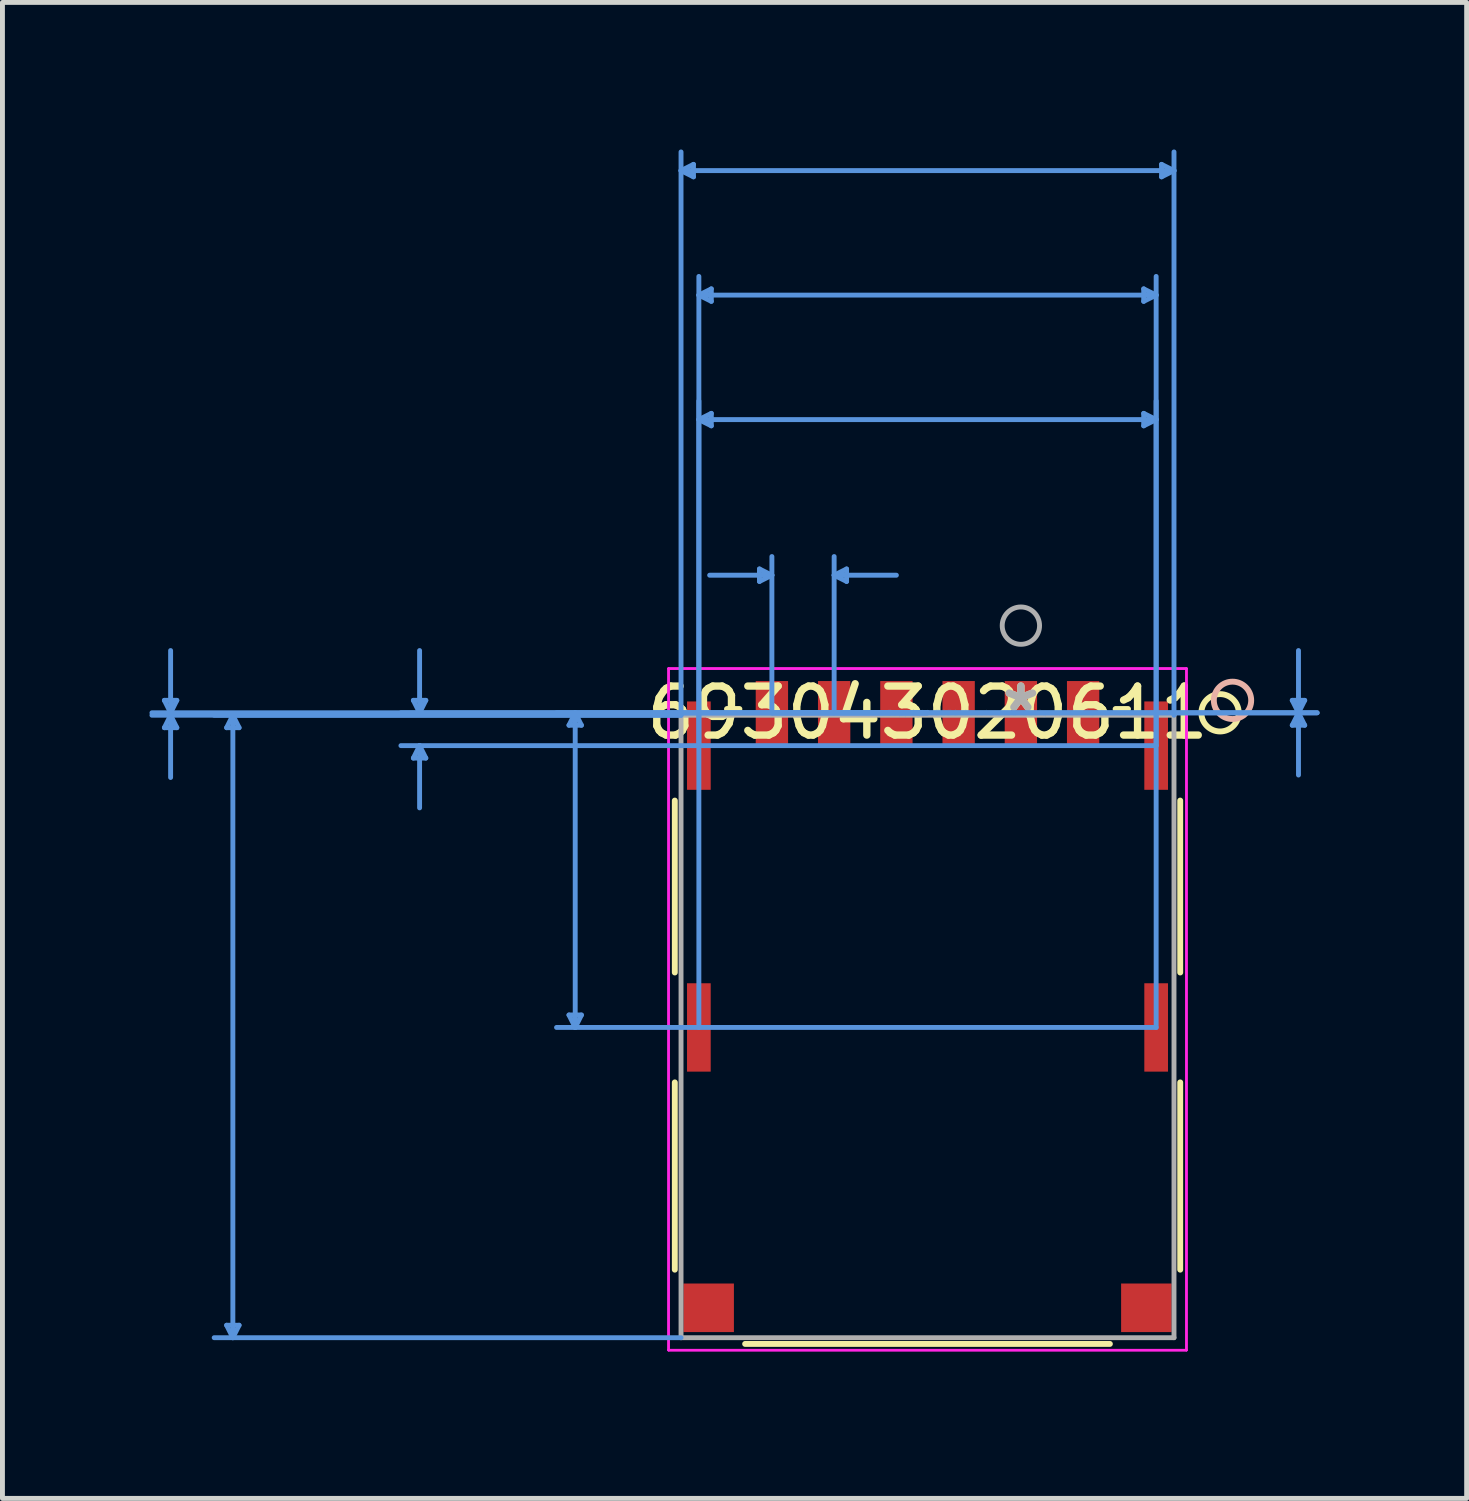
<source format=kicad_pcb>
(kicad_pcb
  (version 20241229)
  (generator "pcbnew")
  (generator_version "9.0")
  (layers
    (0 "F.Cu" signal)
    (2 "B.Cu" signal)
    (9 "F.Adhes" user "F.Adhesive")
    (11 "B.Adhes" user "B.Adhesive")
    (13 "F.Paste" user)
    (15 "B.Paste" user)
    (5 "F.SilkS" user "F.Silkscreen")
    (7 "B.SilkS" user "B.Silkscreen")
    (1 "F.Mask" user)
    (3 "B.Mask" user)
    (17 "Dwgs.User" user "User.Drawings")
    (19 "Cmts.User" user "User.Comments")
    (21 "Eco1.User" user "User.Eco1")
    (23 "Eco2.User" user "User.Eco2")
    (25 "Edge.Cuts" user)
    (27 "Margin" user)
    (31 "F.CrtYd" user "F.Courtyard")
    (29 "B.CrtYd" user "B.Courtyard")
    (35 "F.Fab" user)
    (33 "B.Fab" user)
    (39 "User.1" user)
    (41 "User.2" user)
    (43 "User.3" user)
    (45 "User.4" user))
  (footprint "693043020611"
    (layer "F.Cu")
    (at 17.779 11.493)
    (property "Reference" "693043020611" (at -1.905 0 0) (layer "F.SilkS") (effects (font (size 1 1) (thickness 0.15))))
    (attr through_hole)
    (fp_line (start -7.061 1.791) (end -7.061 5.299) (stroke (width 0.12) (type solid)) (layer "F.SilkS"))
    (fp_line (start -7.061 7.541) (end -7.061 11.362) (stroke (width 0.12) (type solid)) (layer "F.SilkS"))
    (fp_line (start -5.743 -0.077) (end -5.996 -0.077) (stroke (width 0.12) (type solid)) (layer "F.SilkS"))
    (fp_line (start -5.626 12.877) (end 1.816 12.877) (stroke (width 0.12) (type solid)) (layer "F.SilkS"))
    (fp_line (start 2.186 -0.077) (end 1.933 -0.077) (stroke (width 0.12) (type solid)) (layer "F.SilkS"))
    (fp_line (start 3.251 5.299) (end 3.251 1.791) (stroke (width 0.12) (type solid)) (layer "F.SilkS"))
    (fp_line (start 3.251 11.362) (end 3.251 7.541) (stroke (width 0.12) (type solid)) (layer "F.SilkS"))
    (fp_circle (center 4.064 0) (end 4.445 0) (stroke (width 0.12) (type solid)) (fill no) (layer "F.SilkS"))
    (fp_circle (center 4.318 -0.254) (end 4.699 -0.254) (stroke (width 0.12) (type solid)) (fill no) (layer "B.SilkS"))
    (fp_line (start -17.475 -0.254) (end -17.221 -0.254) (stroke (width 0.1) (type solid)) (layer "Cmts.User"))
    (fp_line (start -17.475 0.304) (end -17.221 0.304) (stroke (width 0.1) (type solid)) (layer "Cmts.User"))
    (fp_line (start -17.348 0) (end -17.475 -0.254) (stroke (width 0.1) (type solid)) (layer "Cmts.User"))
    (fp_line (start -17.348 0) (end -17.348 -1.27) (stroke (width 0.1) (type solid)) (layer "Cmts.User"))
    (fp_line (start -17.348 0) (end -17.221 -0.254) (stroke (width 0.1) (type solid)) (layer "Cmts.User"))
    (fp_line (start -17.348 0.05) (end -17.475 0.304) (stroke (width 0.1) (type solid)) (layer "Cmts.User"))
    (fp_line (start -17.348 0.05) (end -17.348 1.32) (stroke (width 0.1) (type solid)) (layer "Cmts.User"))
    (fp_line (start -17.348 0.05) (end -17.221 0.304) (stroke (width 0.1) (type solid)) (layer "Cmts.User"))
    (fp_line (start -16.205 0.304) (end -15.951 0.304) (stroke (width 0.1) (type solid)) (layer "Cmts.User"))
    (fp_line (start -16.205 12.496) (end -15.951 12.496) (stroke (width 0.1) (type solid)) (layer "Cmts.User"))
    (fp_line (start -16.078 0.05) (end -16.205 0.304) (stroke (width 0.1) (type solid)) (layer "Cmts.User"))
    (fp_line (start -16.078 0.05) (end -16.078 12.75) (stroke (width 0.1) (type solid)) (layer "Cmts.User"))
    (fp_line (start -16.078 0.05) (end -15.951 0.304) (stroke (width 0.1) (type solid)) (layer "Cmts.User"))
    (fp_line (start -16.078 12.75) (end -16.205 12.496) (stroke (width 0.1) (type solid)) (layer "Cmts.User"))
    (fp_line (start -16.078 12.75) (end -15.951 12.496) (stroke (width 0.1) (type solid)) (layer "Cmts.User"))
    (fp_line (start -12.395 -0.254) (end -12.141 -0.254) (stroke (width 0.1) (type solid)) (layer "Cmts.User"))
    (fp_line (start -12.395 0.924) (end -12.141 0.924) (stroke (width 0.1) (type solid)) (layer "Cmts.User"))
    (fp_line (start -12.268 0) (end -12.395 -0.254) (stroke (width 0.1) (type solid)) (layer "Cmts.User"))
    (fp_line (start -12.268 0) (end -12.268 -1.27) (stroke (width 0.1) (type solid)) (layer "Cmts.User"))
    (fp_line (start -12.268 0) (end -12.141 -0.254) (stroke (width 0.1) (type solid)) (layer "Cmts.User"))
    (fp_line (start -12.268 0.67) (end -12.395 0.924) (stroke (width 0.1) (type solid)) (layer "Cmts.User"))
    (fp_line (start -12.268 0.67) (end -12.268 1.94) (stroke (width 0.1) (type solid)) (layer "Cmts.User"))
    (fp_line (start -12.268 0.67) (end -12.141 0.924) (stroke (width 0.1) (type solid)) (layer "Cmts.User"))
    (fp_line (start -9.22 0.254) (end -8.966 0.254) (stroke (width 0.1) (type solid)) (layer "Cmts.User"))
    (fp_line (start -9.22 6.166) (end -8.966 6.166) (stroke (width 0.1) (type solid)) (layer "Cmts.User"))
    (fp_line (start -9.093 0) (end -9.22 0.254) (stroke (width 0.1) (type solid)) (layer "Cmts.User"))
    (fp_line (start -9.093 0) (end -9.093 6.42) (stroke (width 0.1) (type solid)) (layer "Cmts.User"))
    (fp_line (start -9.093 0) (end -8.966 0.254) (stroke (width 0.1) (type solid)) (layer "Cmts.User"))
    (fp_line (start -9.093 6.42) (end -9.22 6.166) (stroke (width 0.1) (type solid)) (layer "Cmts.User"))
    (fp_line (start -9.093 6.42) (end -8.966 6.166) (stroke (width 0.1) (type solid)) (layer "Cmts.User"))
    (fp_line (start -6.934 -11.062) (end -6.68 -11.189) (stroke (width 0.1) (type solid)) (layer "Cmts.User"))
    (fp_line (start -6.934 -11.062) (end -6.68 -10.935) (stroke (width 0.1) (type solid)) (layer "Cmts.User"))
    (fp_line (start -6.934 -11.062) (end 3.124 -11.062) (stroke (width 0.1) (type solid)) (layer "Cmts.User"))
    (fp_line (start -6.934 0.05) (end -17.729 0.05) (stroke (width 0.1) (type solid)) (layer "Cmts.User"))
    (fp_line (start -6.934 0.05) (end -16.459 0.05) (stroke (width 0.1) (type solid)) (layer "Cmts.User"))
    (fp_line (start -6.934 0.05) (end -6.934 -11.443) (stroke (width 0.1) (type solid)) (layer "Cmts.User"))
    (fp_line (start -6.934 12.75) (end -16.459 12.75) (stroke (width 0.1) (type solid)) (layer "Cmts.User"))
    (fp_line (start -6.68 -11.189) (end -6.68 -10.935) (stroke (width 0.1) (type solid)) (layer "Cmts.User"))
    (fp_line (start -6.57 -8.522) (end -6.316 -8.649) (stroke (width 0.1) (type solid)) (layer "Cmts.User"))
    (fp_line (start -6.57 -8.522) (end -6.316 -8.395) (stroke (width 0.1) (type solid)) (layer "Cmts.User"))
    (fp_line (start -6.57 -8.522) (end 2.76 -8.522) (stroke (width 0.1) (type solid)) (layer "Cmts.User"))
    (fp_line (start -6.57 6.42) (end -6.57 -8.903) (stroke (width 0.1) (type solid)) (layer "Cmts.User"))
    (fp_line (start -6.57 -5.982) (end -6.316 -6.109) (stroke (width 0.1) (type solid)) (layer "Cmts.User"))
    (fp_line (start -6.57 -5.982) (end -6.316 -5.855) (stroke (width 0.1) (type solid)) (layer "Cmts.User"))
    (fp_line (start -6.57 -5.982) (end 2.76 -5.982) (stroke (width 0.1) (type solid)) (layer "Cmts.User"))
    (fp_line (start -6.57 0.67) (end -6.57 -6.363) (stroke (width 0.1) (type solid)) (layer "Cmts.User"))
    (fp_line (start -6.316 -8.649) (end -6.316 -8.395) (stroke (width 0.1) (type solid)) (layer "Cmts.User"))
    (fp_line (start -6.316 -6.109) (end -6.316 -5.855) (stroke (width 0.1) (type solid)) (layer "Cmts.User"))
    (fp_line (start -5.334 -2.934) (end -5.334 -2.68) (stroke (width 0.1) (type solid)) (layer "Cmts.User"))
    (fp_line (start -5.08 -2.807) (end -6.35 -2.807) (stroke (width 0.1) (type solid)) (layer "Cmts.User"))
    (fp_line (start -5.08 -2.807) (end -5.334 -2.934) (stroke (width 0.1) (type solid)) (layer "Cmts.User"))
    (fp_line (start -5.08 -2.807) (end -5.334 -2.68) (stroke (width 0.1) (type solid)) (layer "Cmts.User"))
    (fp_line (start -5.08 0) (end -5.08 -3.188) (stroke (width 0.1) (type solid)) (layer "Cmts.User"))
    (fp_line (start -5.08 0) (end 6.045 0) (stroke (width 0.1) (type solid)) (layer "Cmts.User"))
    (fp_line (start -5.08 0) (end 6.045 0) (stroke (width 0.1) (type solid)) (layer "Cmts.User"))
    (fp_line (start -3.81 -2.807) (end -3.556 -2.934) (stroke (width 0.1) (type solid)) (layer "Cmts.User"))
    (fp_line (start -3.81 -2.807) (end -3.556 -2.68) (stroke (width 0.1) (type solid)) (layer "Cmts.User"))
    (fp_line (start -3.81 -2.807) (end -2.54 -2.807) (stroke (width 0.1) (type solid)) (layer "Cmts.User"))
    (fp_line (start -3.81 0) (end -3.81 -3.188) (stroke (width 0.1) (type solid)) (layer "Cmts.User"))
    (fp_line (start -3.556 -2.934) (end -3.556 -2.68) (stroke (width 0.1) (type solid)) (layer "Cmts.User"))
    (fp_line (start -1.905 0) (end -17.729 0) (stroke (width 0.1) (type solid)) (layer "Cmts.User"))
    (fp_line (start -1.905 0) (end -12.649 0) (stroke (width 0.1) (type solid)) (layer "Cmts.User"))
    (fp_line (start -1.905 0) (end -9.474 0) (stroke (width 0.1) (type solid)) (layer "Cmts.User"))
    (fp_line (start 2.506 -6.109) (end 2.506 -5.855) (stroke (width 0.1) (type solid)) (layer "Cmts.User"))
    (fp_line (start 2.506 -8.649) (end 2.506 -8.395) (stroke (width 0.1) (type solid)) (layer "Cmts.User"))
    (fp_line (start 2.76 -5.982) (end 2.506 -6.109) (stroke (width 0.1) (type solid)) (layer "Cmts.User"))
    (fp_line (start 2.76 -5.982) (end 2.506 -5.855) (stroke (width 0.1) (type solid)) (layer "Cmts.User"))
    (fp_line (start 2.76 0.67) (end -12.649 0.67) (stroke (width 0.1) (type solid)) (layer "Cmts.User"))
    (fp_line (start 2.76 0.67) (end 2.76 -6.363) (stroke (width 0.1) (type solid)) (layer "Cmts.User"))
    (fp_line (start 2.76 -8.522) (end 2.506 -8.649) (stroke (width 0.1) (type solid)) (layer "Cmts.User"))
    (fp_line (start 2.76 -8.522) (end 2.506 -8.395) (stroke (width 0.1) (type solid)) (layer "Cmts.User"))
    (fp_line (start 2.76 6.42) (end -9.474 6.42) (stroke (width 0.1) (type solid)) (layer "Cmts.User"))
    (fp_line (start 2.76 6.42) (end 2.76 -8.903) (stroke (width 0.1) (type solid)) (layer "Cmts.User"))
    (fp_line (start 2.87 -11.189) (end 2.87 -10.935) (stroke (width 0.1) (type solid)) (layer "Cmts.User"))
    (fp_line (start 3.124 -11.062) (end 2.87 -11.189) (stroke (width 0.1) (type solid)) (layer "Cmts.User"))
    (fp_line (start 3.124 -11.062) (end 2.87 -10.935) (stroke (width 0.1) (type solid)) (layer "Cmts.User"))
    (fp_line (start 3.124 0.05) (end 3.124 -11.443) (stroke (width 0.1) (type solid)) (layer "Cmts.User"))
    (fp_line (start 5.537 -0.254) (end 5.791 -0.254) (stroke (width 0.1) (type solid)) (layer "Cmts.User"))
    (fp_line (start 5.537 0.254) (end 5.791 0.254) (stroke (width 0.1) (type solid)) (layer "Cmts.User"))
    (fp_line (start 5.664 0) (end 5.537 -0.254) (stroke (width 0.1) (type solid)) (layer "Cmts.User"))
    (fp_line (start 5.664 0) (end 5.537 0.254) (stroke (width 0.1) (type solid)) (layer "Cmts.User"))
    (fp_line (start 5.664 0) (end 5.664 -1.27) (stroke (width 0.1) (type solid)) (layer "Cmts.User"))
    (fp_line (start 5.664 0) (end 5.664 1.27) (stroke (width 0.1) (type solid)) (layer "Cmts.User"))
    (fp_line (start 5.664 0) (end 5.791 -0.254) (stroke (width 0.1) (type solid)) (layer "Cmts.User"))
    (fp_line (start 5.664 0) (end 5.791 0.254) (stroke (width 0.1) (type solid)) (layer "Cmts.User"))
    (fp_line (start -7.188 -0.902) (end -7.188 13.004) (stroke (width 0.05) (type solid)) (layer "F.CrtYd"))
    (fp_line (start -7.188 -0.902) (end -7.188 13.004) (stroke (width 0.05) (type solid)) (layer "F.CrtYd"))
    (fp_line (start -7.188 13.004) (end 3.378 13.004) (stroke (width 0.05) (type solid)) (layer "F.CrtYd"))
    (fp_line (start -7.188 13.004) (end 3.378 13.004) (stroke (width 0.05) (type solid)) (layer "F.CrtYd"))
    (fp_line (start 3.378 -0.902) (end -7.188 -0.902) (stroke (width 0.05) (type solid)) (layer "F.CrtYd"))
    (fp_line (start 3.378 -0.902) (end -7.188 -0.902) (stroke (width 0.05) (type solid)) (layer "F.CrtYd"))
    (fp_line (start 3.378 13.004) (end 3.378 -0.902) (stroke (width 0.05) (type solid)) (layer "F.CrtYd"))
    (fp_line (start 3.378 13.004) (end 3.378 -0.902) (stroke (width 0.05) (type solid)) (layer "F.CrtYd"))
    (fp_line (start -6.934 0.05) (end -6.934 12.75) (stroke (width 0.1) (type solid)) (layer "F.Fab"))
    (fp_line (start -6.934 12.75) (end 3.124 12.75) (stroke (width 0.1) (type solid)) (layer "F.Fab"))
    (fp_line (start 3.124 0.05) (end -6.934 0.05) (stroke (width 0.1) (type solid)) (layer "F.Fab"))
    (fp_line (start 3.124 12.75) (end 3.124 0.05) (stroke (width 0.1) (type solid)) (layer "F.Fab"))
    (fp_circle (center 0 -1.778) (end 0.381 -1.778) (stroke (width 0.1) (type solid)) (fill no) (layer "F.Fab"))
    (fp_text user "*" (at 0 0 0) (layer "F.SilkS") (effects (font (size 1 1) (thickness 0.15))))
    (fp_text user "Copyright 2021 Accelerated Designs. All rights reserved." (at 0 0 0) (layer "Cmts.User") (effects (font (size 0.127 0.127) (thickness 0.002))))
    (fp_text user "*" (at 0 0 0) (layer "F.Fab") (effects (font (size 1 1) (thickness 0.15))))
    (pad "7" smd rect (at -6.57 0.67) (size 0.483 1.803) (layers "F.Cu" "F.Mask" "F.Paste"))
    (pad "8" smd rect (at 2.76 0.67) (size 0.483 1.803) (layers "F.Cu" "F.Mask" "F.Paste"))
    (pad "9" smd rect (at -6.57 6.42) (size 0.483 1.803) (layers "F.Cu" "F.Mask" "F.Paste"))
    (pad "10" smd rect (at 2.76 6.42) (size 0.483 1.803) (layers "F.Cu" "F.Mask" "F.Paste"))
    (pad "11" smd rect (at -6.37 12.14) (size 1.03 0.991) (layers "F.Cu" "F.Mask" "F.Paste"))
    (pad "12" smd rect (at 2.56 12.14) (size 1.03 0.991) (layers "F.Cu" "F.Mask" "F.Paste"))
    (pad "C1" smd rect (at 0 0) (size 0.66 1.295) (layers "F.Cu" "F.Mask" "F.Paste"))
    (pad "C2" smd rect (at -2.54 0) (size 0.66 1.295) (layers "F.Cu" "F.Mask" "F.Paste"))
    (pad "C3" smd rect (at -3.81 0) (size 0.66 1.295) (layers "F.Cu" "F.Mask" "F.Paste"))
    (pad "C5" smd rect (at 1.27 0) (size 0.66 1.295) (layers "F.Cu" "F.Mask" "F.Paste"))
    (pad "C6" smd rect (at -1.27 0) (size 0.66 1.295) (layers "F.Cu" "F.Mask" "F.Paste"))
    (pad "C7" smd rect (at -5.08 0) (size 0.66 1.295) (layers "F.Cu" "F.Mask" "F.Paste")))
  (gr_rect
    (start -3 -3)
    (end 26.874 27.522)
    (stroke (width 0.1) (type default))
    (fill no)
    (layer "Edge.Cuts")))
</source>
